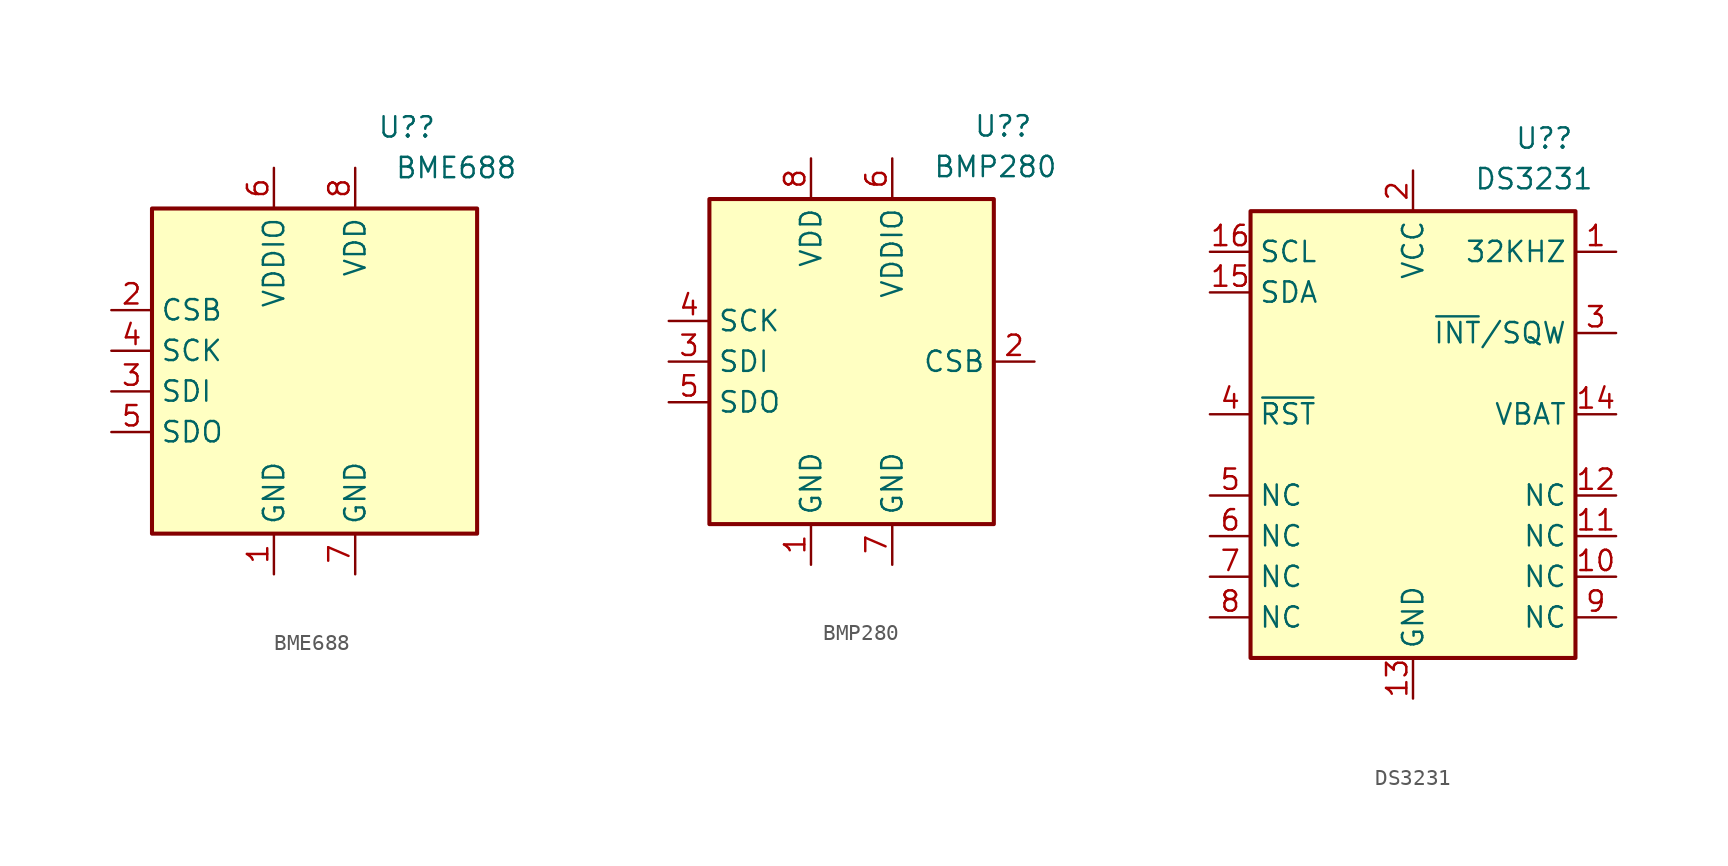
<source format=kicad_sym>
(kicad_symbol_lib
  (version 20220914)
  (generator kicad_symbol_editor)
  (symbol "BME688"
    (property "Reference" "U?"
      (at 7.62 15.24 0)
      (effects (font (size 1.27 1.27)) (justify right)))
    (property "Value" "BME688"
      (at 12.7 12.7 0)
      (effects (font (size 1.27 1.27)) (justify right)))
    (symbol "BME688_0_1"
      (rectangle (start -10.16 10.16) (end 10.16 -10.16) (stroke (width 0.254) (type default)) (fill (type background))))
    (symbol "BME688_1_1"
      (pin power_in line (at -2.54 -12.7 90) (length 2.54) (name "GND" (effects (font (size 1.27 1.27)))) (number "1" (effects (font (size 1.27 1.27)))))
      (pin input line (at -12.7 3.81 0) (length 2.54) (name "CSB" (effects (font (size 1.27 1.27)))) (number "2" (effects (font (size 1.27 1.27)))))
      (pin bidirectional line (at -12.7 -1.27 0) (length 2.54) (name "SDI" (effects (font (size 1.27 1.27)))) (number "3" (effects (font (size 1.27 1.27)))))
      (pin input line (at -12.7 1.27 0) (length 2.54) (name "SCK" (effects (font (size 1.27 1.27)))) (number "4" (effects (font (size 1.27 1.27)))))
      (pin bidirectional line (at -12.7 -3.81 0) (length 2.54) (name "SDO" (effects (font (size 1.27 1.27)))) (number "5" (effects (font (size 1.27 1.27)))))
      (pin power_in line (at -2.54 12.7 270) (length 2.54) (name "VDDIO" (effects (font (size 1.27 1.27)))) (number "6" (effects (font (size 1.27 1.27)))))
      (pin power_in line (at 2.54 -12.7 90) (length 2.54) (name "GND" (effects (font (size 1.27 1.27)))) (number "7" (effects (font (size 1.27 1.27)))))
      (pin power_in line (at 2.54 12.7 270) (length 2.54) (name "VDD" (effects (font (size 1.27 1.27)))) (number "8" (effects (font (size 1.27 1.27)))))))
  (symbol "BMP280"
    (property "Reference" "U?"
      (at 7.62 13.97 0)
      (effects (font (size 1.27 1.27)) (justify left bottom)))
    (property "Value" "BMP280"
      (at 5.08 11.43 0)
      (effects (font (size 1.27 1.27)) (justify left bottom)))
    (symbol "BMP280_0_1"
      (rectangle (start -8.89 10.16) (end 8.89 -10.16) (stroke (width 0.254) (type default)) (fill (type background))))
    (symbol "BMP280_1_0"
      (pin power_in line (at -2.54 12.7 270) (length 2.54) (name "VDD" (effects (font (size 1.27 1.27)))) (number "8" (effects (font (size 1.27 1.27))))))
    (symbol "BMP280_1_1"
      (pin power_in line (at -2.54 -12.7 90) (length 2.54) (name "GND" (effects (font (size 1.27 1.27)))) (number "1" (effects (font (size 1.27 1.27)))))
      (pin input line (at 11.43 0 180) (length 2.54) (name "CSB" (effects (font (size 1.27 1.27)))) (number "2" (effects (font (size 1.27 1.27)))))
      (pin bidirectional line (at -11.43 0 0) (length 2.54) (name "SDI" (effects (font (size 1.27 1.27)))) (number "3" (effects (font (size 1.27 1.27)))))
      (pin input line (at -11.43 2.54 0) (length 2.54) (name "SCK" (effects (font (size 1.27 1.27)))) (number "4" (effects (font (size 1.27 1.27)))))
      (pin bidirectional line (at -11.43 -2.54 0) (length 2.54) (name "SDO" (effects (font (size 1.27 1.27)))) (number "5" (effects (font (size 1.27 1.27)))))
      (pin power_in line (at 2.54 12.7 270) (length 2.54) (name "VDDIO" (effects (font (size 1.27 1.27)))) (number "6" (effects (font (size 1.27 1.27)))))
      (pin power_in line (at 2.54 -12.7 90) (length 2.54) (name "GND" (effects (font (size 1.27 1.27)))) (number "7" (effects (font (size 1.27 1.27)))))))
  (symbol "DS3231"
    (property "Reference" "U?"
      (at 6.35 16.51 0)
      (effects (font (size 1.27 1.27)) (justify left bottom)))
    (property "Value" "DS3231"
      (at 3.81 13.97 0)
      (effects (font (size 1.27 1.27)) (justify left bottom)))
    (symbol "DS3231_0_1"
      (rectangle (start -10.16 12.7) (end 10.16 -15.24) (stroke (width 0.254) (type default)) (fill (type background))))
    (symbol "DS3231_1_1"
      (pin open_collector line (at 12.7 10.16 180) (length 2.54) (name "32KHZ" (effects (font (size 1.27 1.27)))) (number "1" (effects (font (size 1.27 1.27)))))
      (pin passive line (at 12.7 -10.16 180) (length 2.54) (name "NC" (effects (font (size 1.27 1.27)))) (number "10" (effects (font (size 1.27 1.27)))))
      (pin passive line (at 12.7 -7.62 180) (length 2.54) (name "NC" (effects (font (size 1.27 1.27)))) (number "11" (effects (font (size 1.27 1.27)))))
      (pin passive line (at 12.7 -5.08 180) (length 2.54) (name "NC" (effects (font (size 1.27 1.27)))) (number "12" (effects (font (size 1.27 1.27)))))
      (pin power_in line (at 0 -17.78 90) (length 2.54) (name "GND" (effects (font (size 1.27 1.27)))) (number "13" (effects (font (size 1.27 1.27)))))
      (pin power_in line (at 12.7 0 180) (length 2.54) (name "VBAT" (effects (font (size 1.27 1.27)))) (number "14" (effects (font (size 1.27 1.27)))))
      (pin bidirectional line (at -12.7 7.62 0) (length 2.54) (name "SDA" (effects (font (size 1.27 1.27)))) (number "15" (effects (font (size 1.27 1.27)))))
      (pin open_collector line (at -12.7 10.16 0) (length 2.54) (name "SCL" (effects (font (size 1.27 1.27)))) (number "16" (effects (font (size 1.27 1.27)))))
      (pin power_in line (at 0 15.24 270) (length 2.54) (name "VCC" (effects (font (size 1.27 1.27)))) (number "2" (effects (font (size 1.27 1.27)))))
      (pin open_collector line (at 12.7 5.08 180) (length 2.54) (name "~{INT}/SQW" (effects (font (size 1.27 1.27)))) (number "3" (effects (font (size 1.27 1.27)))))
      (pin bidirectional line (at -12.7 0 0) (length 2.54) (name "~{RST}" (effects (font (size 1.27 1.27)))) (number "4" (effects (font (size 1.27 1.27)))))
      (pin passive line (at -12.7 -5.08 0) (length 2.54) (name "NC" (effects (font (size 1.27 1.27)))) (number "5" (effects (font (size 1.27 1.27)))))
      (pin passive line (at -12.7 -7.62 0) (length 2.54) (name "NC" (effects (font (size 1.27 1.27)))) (number "6" (effects (font (size 1.27 1.27)))))
      (pin passive line (at -12.7 -10.16 0) (length 2.54) (name "NC" (effects (font (size 1.27 1.27)))) (number "7" (effects (font (size 1.27 1.27)))))
      (pin passive line (at -12.7 -12.7 0) (length 2.54) (name "NC" (effects (font (size 1.27 1.27)))) (number "8" (effects (font (size 1.27 1.27)))))
      (pin passive line (at 12.7 -12.7 180) (length 2.54) (name "NC" (effects (font (size 1.27 1.27)))) (number "9" (effects (font (size 1.27 1.27))))))))
</source>
